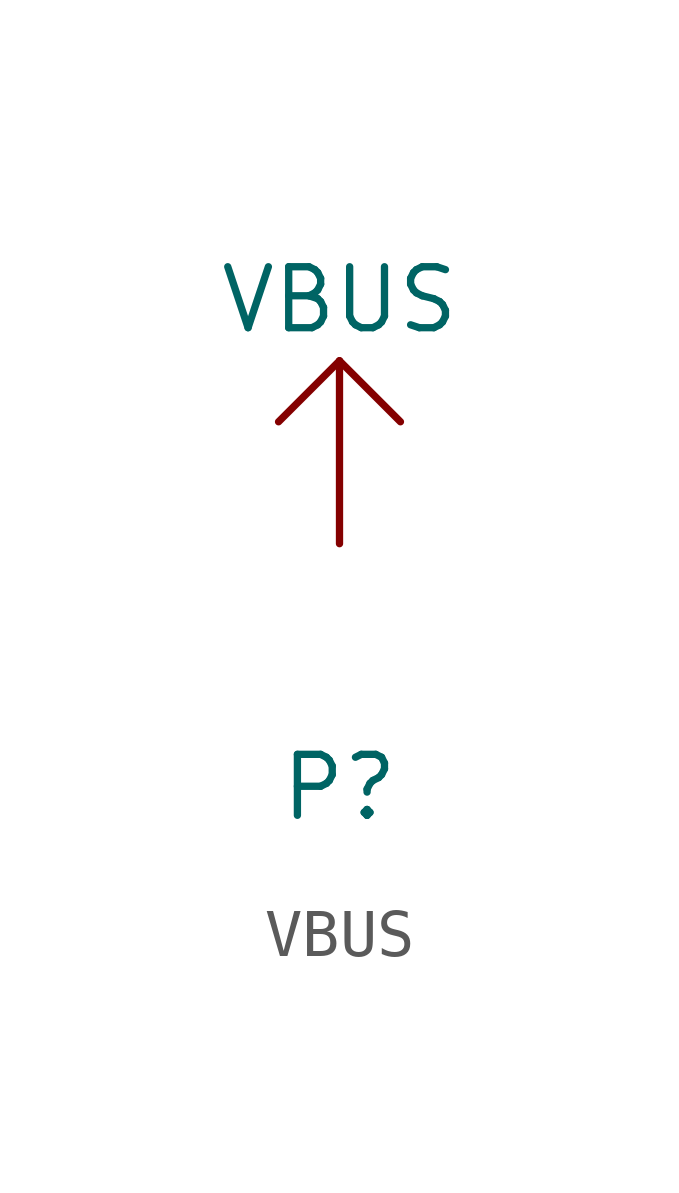
<source format=kicad_sym>
(kicad_symbol_lib
  (version 20211014)
  (generator kicad_symbol_editor)
  (symbol "VBUS"
    (power)
    (property "Reference" "P"
      (at 0 -5.08 0)
      (effects (font (size 1.27 1.27))))
    (property "Value" "VBUS"
      (at 0 5.08 0)
      (effects (font (size 1.27 1.27))))
    (symbol "VBUS_0_1"
      (polyline (pts (xy 0 3.81) (xy -1.27 2.54)) (stroke (width 0.152) (type default) (color 0 0 0 0)) (fill (type none)))
      (polyline (pts (xy 0 3.81) (xy 1.27 2.54)) (stroke (width 0.152) (type default) (color 0 0 0 0)) (fill (type none))))
    (symbol "VBUS_1_1"
      (pin power_in line (at 0 0 90) (length 3.81) (name "" (effects (font (size 1.27 1.27)))) (number "" (effects (font (size 1.27 1.27))))))))
</source>
